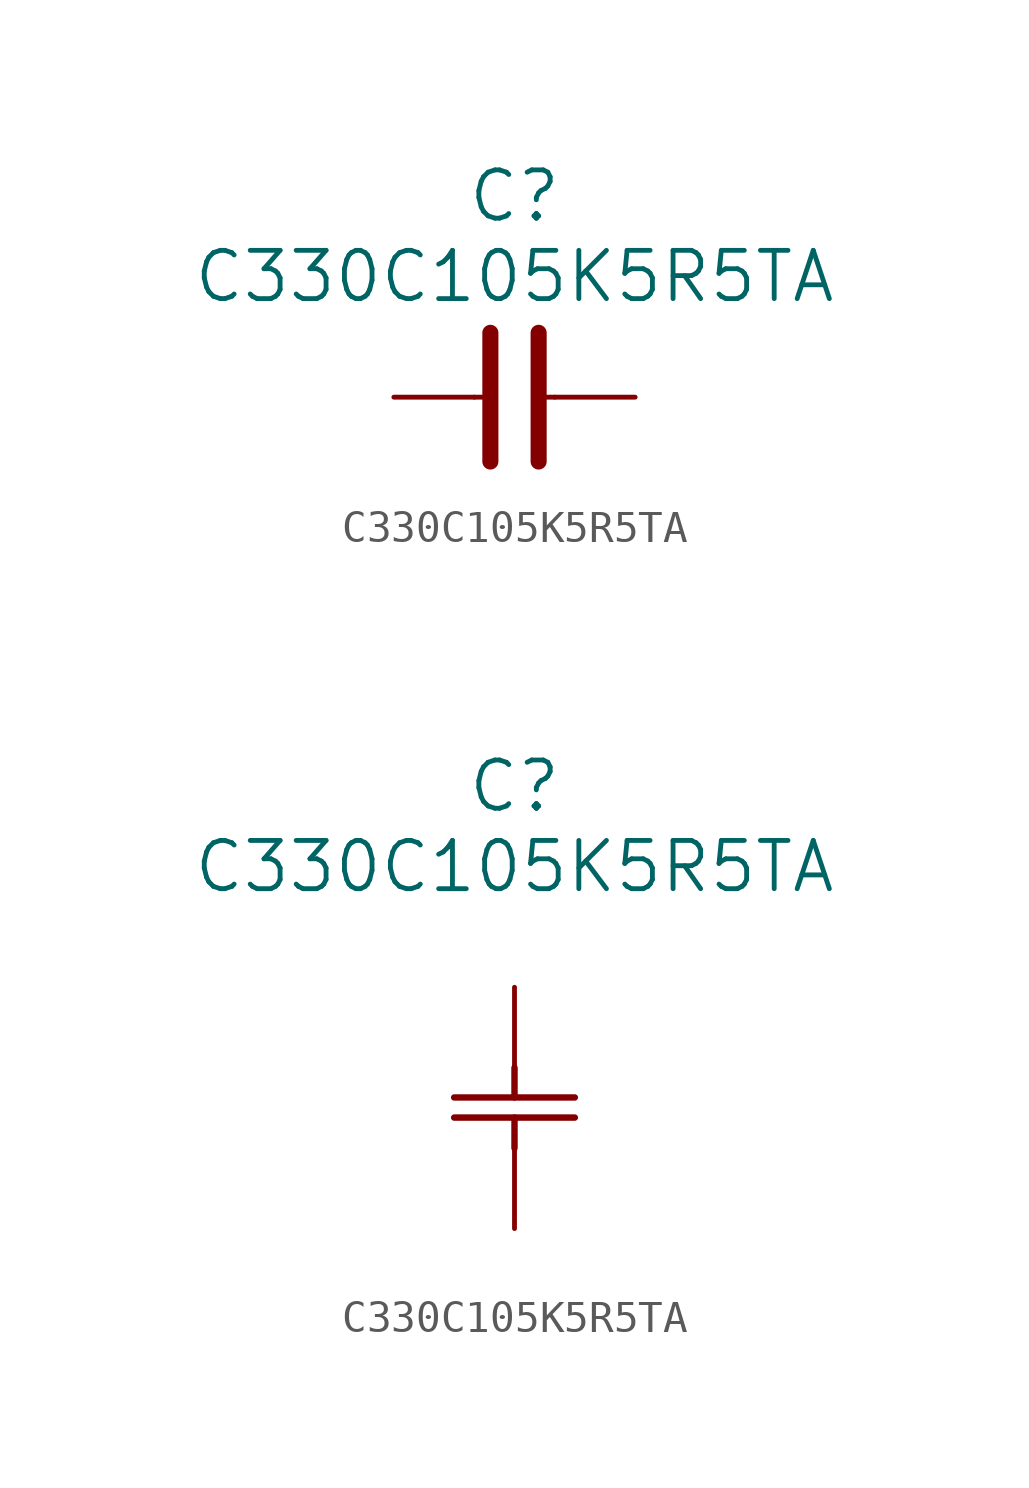
<source format=kicad_sym>
(kicad_symbol_lib
  (version 20220914)
  (generator kicad_symbol_editor)
  (symbol "C330C105K5R5TA"
    (pin_numbers hide)
    (pin_names
      (offset 0.254) hide)
    (property "Reference" "C"
      (at 0 6.35 0)
      (effects (font (size 1.524 1.524))))
    (property "Value" "C330C105K5R5TA"
      (at 0 3.81 0)
      (effects (font (size 1.524 1.524))))
    (symbol "C330C105K5R5TA_0_1"
      (polyline (pts (xy -1.27 0) (xy -1.016 0)) (stroke (width 0) (type default)) (fill (type none)))
      (polyline (pts (xy -0.762 -2.032) (xy -0.762 2.032)) (stroke (width 0.508) (type default)) (fill (type none)))
      (polyline (pts (xy 0.762 -2.032) (xy 0.762 2.032)) (stroke (width 0.508) (type default)) (fill (type none)))
      (polyline (pts (xy 1.27 0) (xy 1.016 0)) (stroke (width 0) (type default)) (fill (type none))))
    (symbol "C330C105K5R5TA_1_1"
      (pin passive line (at -3.81 0 0) (length 2.54) (name "" (effects (font (size 1.27 1.27)))) (number "1" (effects (font (size 1.27 1.27)))))
      (pin passive line (at 3.81 0 180) (length 2.54) (name "" (effects (font (size 1.27 1.27)))) (number "2" (effects (font (size 1.27 1.27))))))
    (symbol "C330C105K5R5TA_1_2"
      (polyline (pts (xy -1.905 -4.115) (xy 1.905 -4.115)) (stroke (width 0.203) (type default)) (fill (type none)))
      (polyline (pts (xy -1.905 -3.48) (xy 1.905 -3.48)) (stroke (width 0.203) (type default)) (fill (type none)))
      (polyline (pts (xy 0 -4.115) (xy 0 -5.08)) (stroke (width 0.203) (type default)) (fill (type none)))
      (polyline (pts (xy 0 -2.54) (xy 0 -3.48)) (stroke (width 0.203) (type default)) (fill (type none)))
      (pin unspecified line (at 0 0 270) (length 2.54) (name "" (effects (font (size 1.27 1.27)))) (number "1" (effects (font (size 1.27 1.27)))))
      (pin unspecified line (at 0 -7.62 90) (length 2.54) (name "" (effects (font (size 1.27 1.27)))) (number "2" (effects (font (size 1.27 1.27))))))))
</source>
